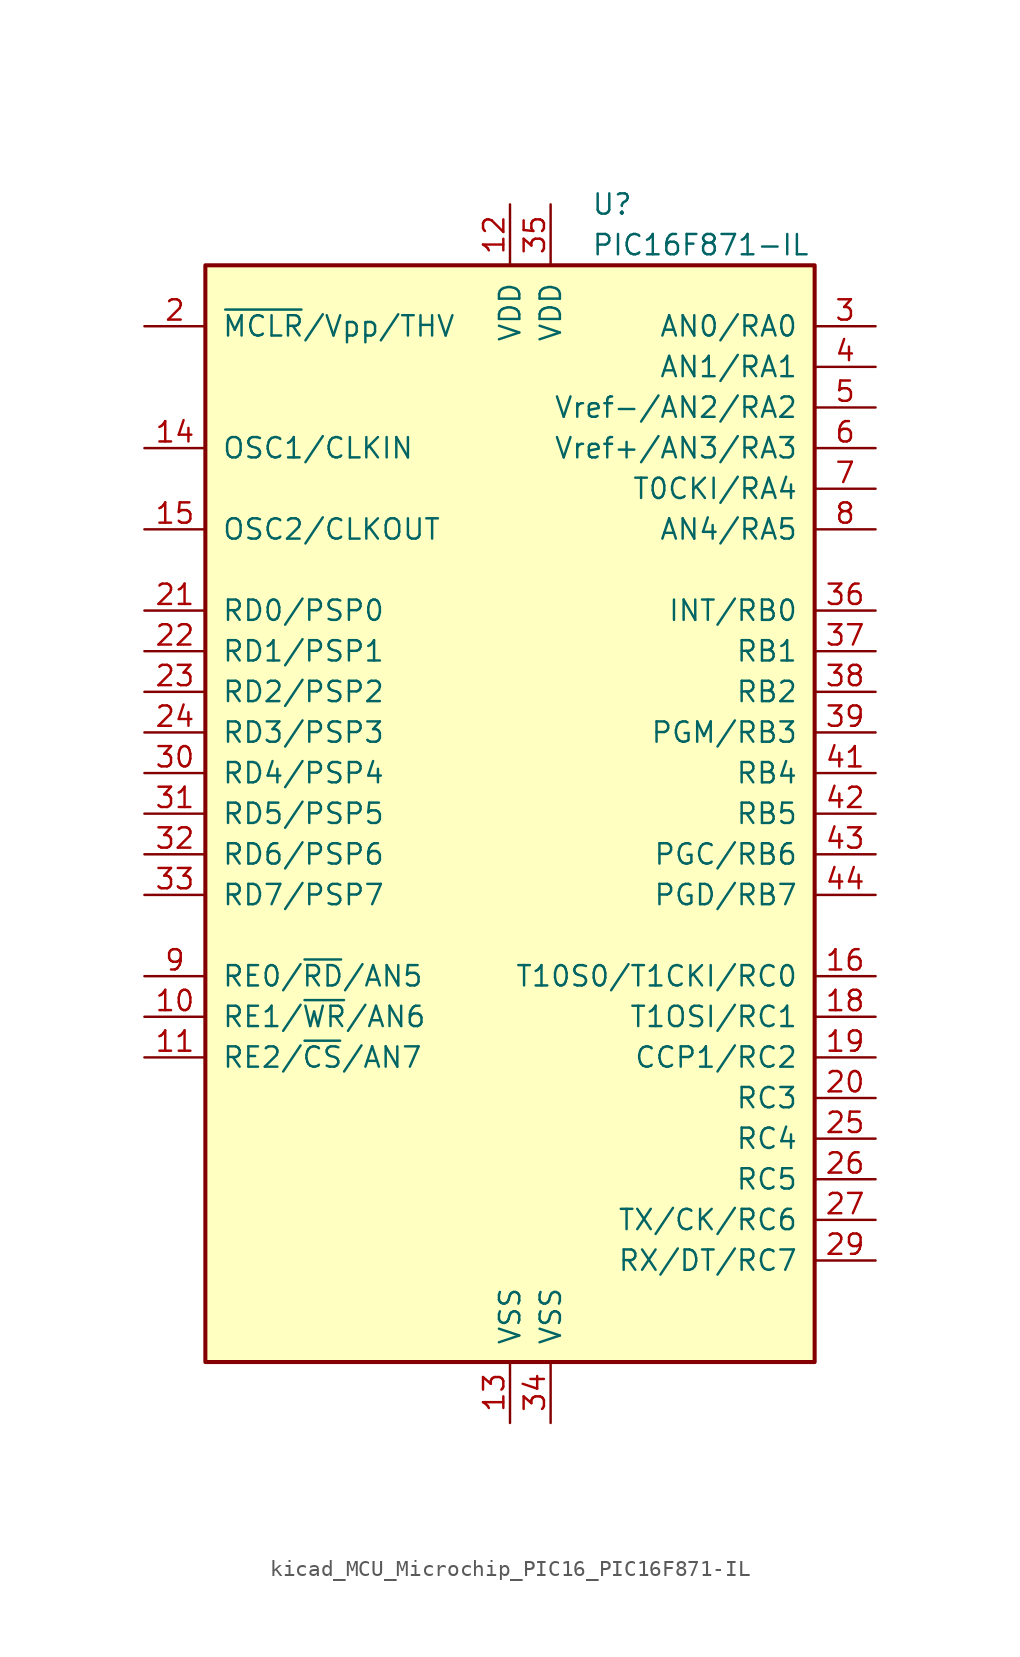
<source format=kicad_sym>
(kicad_symbol_lib
  (version 20220914)
  (generator kicad_symbol_editor)
  (symbol "kicad_MCU_Microchip_PIC16_PIC16F871-IL"
    (pin_names
      (offset 1.016))
    (property "Reference" "U"
      (at 5.08 38.1 0)
      (effects (font (size 1.27 1.27)) (justify left)))
    (property "Value" "PIC16F871-IL"
      (at 5.08 35.56 0)
      (effects (font (size 1.27 1.27)) (justify left)))
    (symbol "kicad_MCU_Microchip_PIC16_PIC16F871-IL_0_1"
      (rectangle (start -19.05 -34.29) (end 19.05 34.29) (stroke (width 0.254) (type default)) (fill (type background))))
    (symbol "kicad_MCU_Microchip_PIC16_PIC16F871-IL_1_1"
      (pin bidirectional line (at -22.86 -12.7 0) (length 3.81) (name "RE1/~{WR}/AN6" (effects (font (size 1.27 1.27)))) (number "10" (effects (font (size 1.27 1.27)))))
      (pin bidirectional line (at -22.86 -15.24 0) (length 3.81) (name "RE2/~{CS}/AN7" (effects (font (size 1.27 1.27)))) (number "11" (effects (font (size 1.27 1.27)))))
      (pin power_in line (at 0 38.1 270) (length 3.81) (name "VDD" (effects (font (size 1.27 1.27)))) (number "12" (effects (font (size 1.27 1.27)))))
      (pin power_in line (at 0 -38.1 90) (length 3.81) (name "VSS" (effects (font (size 1.27 1.27)))) (number "13" (effects (font (size 1.27 1.27)))))
      (pin input line (at -22.86 22.86 0) (length 3.81) (name "OSC1/CLKIN" (effects (font (size 1.27 1.27)))) (number "14" (effects (font (size 1.27 1.27)))))
      (pin output line (at -22.86 17.78 0) (length 3.81) (name "OSC2/CLKOUT" (effects (font (size 1.27 1.27)))) (number "15" (effects (font (size 1.27 1.27)))))
      (pin bidirectional line (at 22.86 -10.16 180) (length 3.81) (name "T10S0/T1CKI/RC0" (effects (font (size 1.27 1.27)))) (number "16" (effects (font (size 1.27 1.27)))))
      (pin bidirectional line (at 22.86 -12.7 180) (length 3.81) (name "T1OSI/RC1" (effects (font (size 1.27 1.27)))) (number "18" (effects (font (size 1.27 1.27)))))
      (pin bidirectional line (at 22.86 -15.24 180) (length 3.81) (name "CCP1/RC2" (effects (font (size 1.27 1.27)))) (number "19" (effects (font (size 1.27 1.27)))))
      (pin input line (at -22.86 30.48 0) (length 3.81) (name "~{MCLR}/Vpp/THV" (effects (font (size 1.27 1.27)))) (number "2" (effects (font (size 1.27 1.27)))))
      (pin bidirectional line (at 22.86 -17.78 180) (length 3.81) (name "RC3" (effects (font (size 1.27 1.27)))) (number "20" (effects (font (size 1.27 1.27)))))
      (pin bidirectional line (at -22.86 12.7 0) (length 3.81) (name "RD0/PSP0" (effects (font (size 1.27 1.27)))) (number "21" (effects (font (size 1.27 1.27)))))
      (pin bidirectional line (at -22.86 10.16 0) (length 3.81) (name "RD1/PSP1" (effects (font (size 1.27 1.27)))) (number "22" (effects (font (size 1.27 1.27)))))
      (pin bidirectional line (at -22.86 7.62 0) (length 3.81) (name "RD2/PSP2" (effects (font (size 1.27 1.27)))) (number "23" (effects (font (size 1.27 1.27)))))
      (pin bidirectional line (at -22.86 5.08 0) (length 3.81) (name "RD3/PSP3" (effects (font (size 1.27 1.27)))) (number "24" (effects (font (size 1.27 1.27)))))
      (pin bidirectional line (at 22.86 -20.32 180) (length 3.81) (name "RC4" (effects (font (size 1.27 1.27)))) (number "25" (effects (font (size 1.27 1.27)))))
      (pin bidirectional line (at 22.86 -22.86 180) (length 3.81) (name "RC5" (effects (font (size 1.27 1.27)))) (number "26" (effects (font (size 1.27 1.27)))))
      (pin bidirectional line (at 22.86 -25.4 180) (length 3.81) (name "TX/CK/RC6" (effects (font (size 1.27 1.27)))) (number "27" (effects (font (size 1.27 1.27)))))
      (pin bidirectional line (at 22.86 -27.94 180) (length 3.81) (name "RX/DT/RC7" (effects (font (size 1.27 1.27)))) (number "29" (effects (font (size 1.27 1.27)))))
      (pin bidirectional line (at 22.86 30.48 180) (length 3.81) (name "AN0/RA0" (effects (font (size 1.27 1.27)))) (number "3" (effects (font (size 1.27 1.27)))))
      (pin bidirectional line (at -22.86 2.54 0) (length 3.81) (name "RD4/PSP4" (effects (font (size 1.27 1.27)))) (number "30" (effects (font (size 1.27 1.27)))))
      (pin bidirectional line (at -22.86 0 0) (length 3.81) (name "RD5/PSP5" (effects (font (size 1.27 1.27)))) (number "31" (effects (font (size 1.27 1.27)))))
      (pin bidirectional line (at -22.86 -2.54 0) (length 3.81) (name "RD6/PSP6" (effects (font (size 1.27 1.27)))) (number "32" (effects (font (size 1.27 1.27)))))
      (pin bidirectional line (at -22.86 -5.08 0) (length 3.81) (name "RD7/PSP7" (effects (font (size 1.27 1.27)))) (number "33" (effects (font (size 1.27 1.27)))))
      (pin power_in line (at 2.54 -38.1 90) (length 3.81) (name "VSS" (effects (font (size 1.27 1.27)))) (number "34" (effects (font (size 1.27 1.27)))))
      (pin power_in line (at 2.54 38.1 270) (length 3.81) (name "VDD" (effects (font (size 1.27 1.27)))) (number "35" (effects (font (size 1.27 1.27)))))
      (pin bidirectional line (at 22.86 12.7 180) (length 3.81) (name "INT/RB0" (effects (font (size 1.27 1.27)))) (number "36" (effects (font (size 1.27 1.27)))))
      (pin bidirectional line (at 22.86 10.16 180) (length 3.81) (name "RB1" (effects (font (size 1.27 1.27)))) (number "37" (effects (font (size 1.27 1.27)))))
      (pin bidirectional line (at 22.86 7.62 180) (length 3.81) (name "RB2" (effects (font (size 1.27 1.27)))) (number "38" (effects (font (size 1.27 1.27)))))
      (pin bidirectional line (at 22.86 5.08 180) (length 3.81) (name "PGM/RB3" (effects (font (size 1.27 1.27)))) (number "39" (effects (font (size 1.27 1.27)))))
      (pin bidirectional line (at 22.86 27.94 180) (length 3.81) (name "AN1/RA1" (effects (font (size 1.27 1.27)))) (number "4" (effects (font (size 1.27 1.27)))))
      (pin bidirectional line (at 22.86 2.54 180) (length 3.81) (name "RB4" (effects (font (size 1.27 1.27)))) (number "41" (effects (font (size 1.27 1.27)))))
      (pin bidirectional line (at 22.86 0 180) (length 3.81) (name "RB5" (effects (font (size 1.27 1.27)))) (number "42" (effects (font (size 1.27 1.27)))))
      (pin bidirectional line (at 22.86 -2.54 180) (length 3.81) (name "PGC/RB6" (effects (font (size 1.27 1.27)))) (number "43" (effects (font (size 1.27 1.27)))))
      (pin bidirectional line (at 22.86 -5.08 180) (length 3.81) (name "PGD/RB7" (effects (font (size 1.27 1.27)))) (number "44" (effects (font (size 1.27 1.27)))))
      (pin bidirectional line (at 22.86 25.4 180) (length 3.81) (name "Vref-/AN2/RA2" (effects (font (size 1.27 1.27)))) (number "5" (effects (font (size 1.27 1.27)))))
      (pin bidirectional line (at 22.86 22.86 180) (length 3.81) (name "Vref+/AN3/RA3" (effects (font (size 1.27 1.27)))) (number "6" (effects (font (size 1.27 1.27)))))
      (pin bidirectional line (at 22.86 20.32 180) (length 3.81) (name "T0CKI/RA4" (effects (font (size 1.27 1.27)))) (number "7" (effects (font (size 1.27 1.27)))))
      (pin bidirectional line (at 22.86 17.78 180) (length 3.81) (name "AN4/RA5" (effects (font (size 1.27 1.27)))) (number "8" (effects (font (size 1.27 1.27)))))
      (pin bidirectional line (at -22.86 -10.16 0) (length 3.81) (name "RE0/~{RD}/AN5" (effects (font (size 1.27 1.27)))) (number "9" (effects (font (size 1.27 1.27))))))))
</source>
